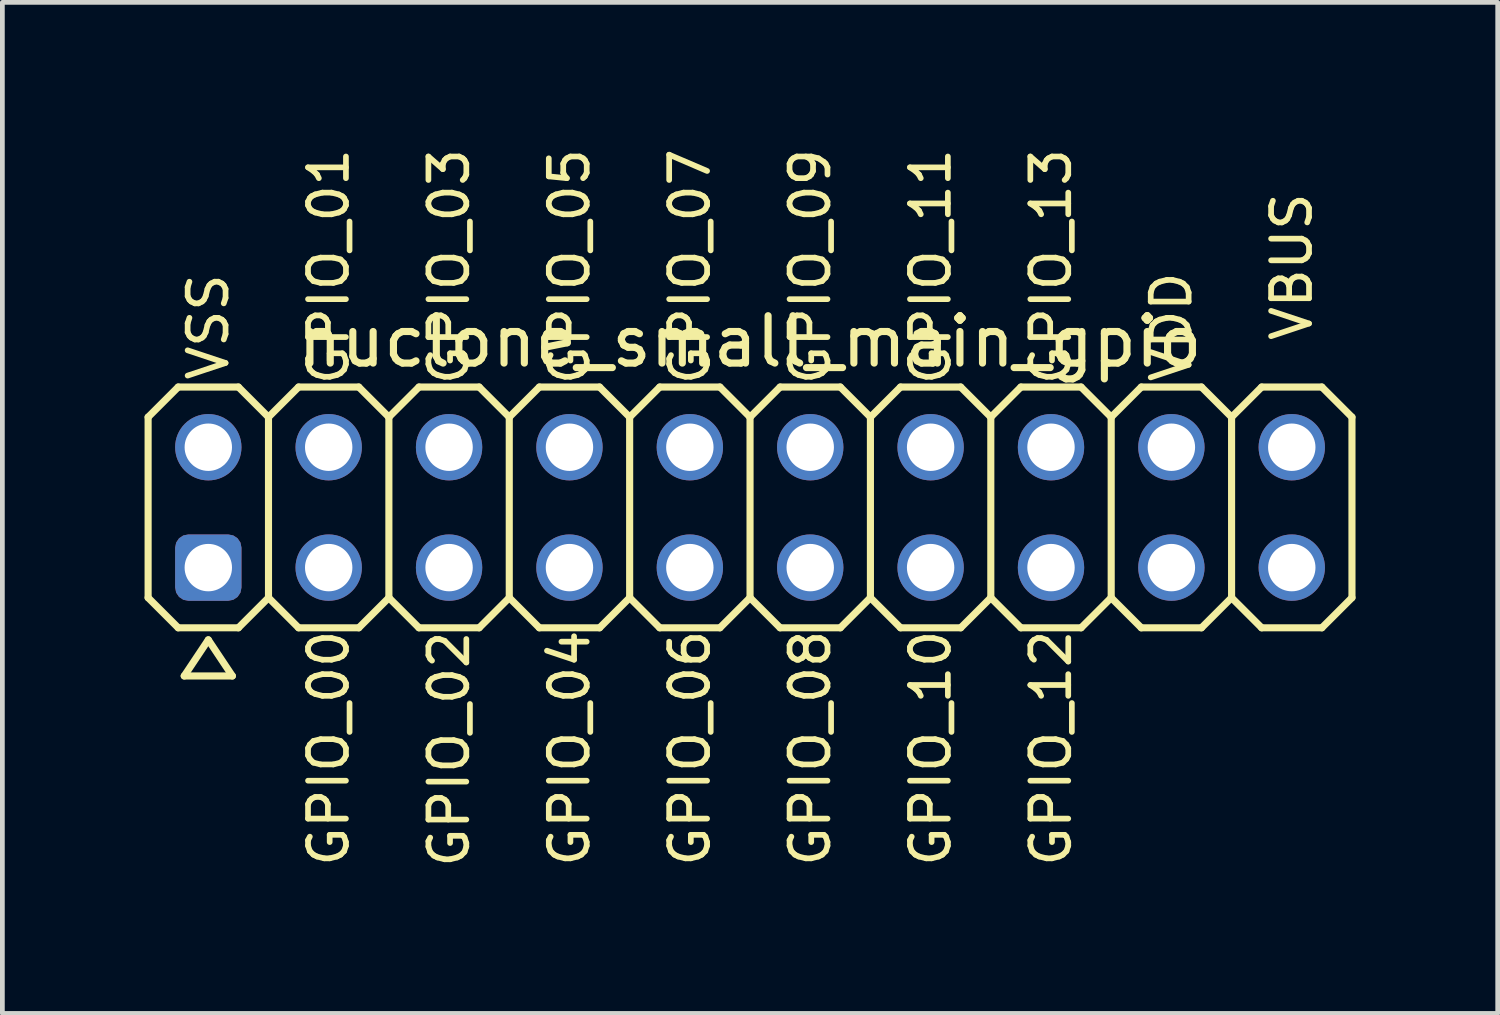
<source format=kicad_pcb>
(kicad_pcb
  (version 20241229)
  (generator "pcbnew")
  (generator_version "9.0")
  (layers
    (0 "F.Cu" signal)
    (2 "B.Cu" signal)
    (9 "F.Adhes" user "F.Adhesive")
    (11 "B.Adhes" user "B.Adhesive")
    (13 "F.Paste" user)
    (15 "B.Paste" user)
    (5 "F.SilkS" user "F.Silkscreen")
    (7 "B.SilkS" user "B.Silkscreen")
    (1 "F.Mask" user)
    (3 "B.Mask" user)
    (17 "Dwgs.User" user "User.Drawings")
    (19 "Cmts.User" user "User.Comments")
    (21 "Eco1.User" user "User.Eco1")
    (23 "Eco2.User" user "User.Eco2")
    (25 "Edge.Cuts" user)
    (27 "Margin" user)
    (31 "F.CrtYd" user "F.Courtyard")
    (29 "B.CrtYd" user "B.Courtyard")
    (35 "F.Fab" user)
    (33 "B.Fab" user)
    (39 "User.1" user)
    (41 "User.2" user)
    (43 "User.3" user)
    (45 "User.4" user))
  (footprint "nuclone_small_main_gpio"
    (layer "F.Cu")
    (at 12.775 7.656)
    (property "Reference" "nuclone_small_main_gpio" (at 0 -3.5 0) (layer "F.SilkS") (effects (font (size 1 1) (thickness 0.15))))
    (attr exclude_from_pos_files exclude_from_bom)
    (fp_line (start -12.7 -1.905) (end -12.065 -2.54) (stroke (width 0.15) (type solid)) (layer "F.SilkS"))
    (fp_line (start -12.7 1.905) (end -12.7 -1.905) (stroke (width 0.15) (type solid)) (layer "F.SilkS"))
    (fp_line (start -12.7 1.905) (end -12.065 2.54) (stroke (width 0.15) (type solid)) (layer "F.SilkS"))
    (fp_line (start -12.065 -2.54) (end -10.795 -2.54) (stroke (width 0.15) (type solid)) (layer "F.SilkS"))
    (fp_line (start -12.065 2.54) (end -10.795 2.54) (stroke (width 0.15) (type solid)) (layer "F.SilkS"))
    (fp_line (start -11.938 3.556) (end -10.922 3.556) (stroke (width 0.15) (type solid)) (layer "F.SilkS"))
    (fp_line (start -11.43 2.794) (end -11.938 3.556) (stroke (width 0.15) (type solid)) (layer "F.SilkS"))
    (fp_line (start -10.922 3.556) (end -11.43 2.794) (stroke (width 0.15) (type solid)) (layer "F.SilkS"))
    (fp_line (start -10.795 -2.54) (end -10.16 -1.905) (stroke (width 0.15) (type solid)) (layer "F.SilkS"))
    (fp_line (start -10.795 2.54) (end -10.16 1.905) (stroke (width 0.15) (type solid)) (layer "F.SilkS"))
    (fp_line (start -10.16 -1.905) (end -10.16 1.905) (stroke (width 0.15) (type solid)) (layer "F.SilkS"))
    (fp_line (start -10.16 -1.905) (end -9.525 -2.54) (stroke (width 0.15) (type solid)) (layer "F.SilkS"))
    (fp_line (start -10.16 1.905) (end -9.525 2.54) (stroke (width 0.15) (type solid)) (layer "F.SilkS"))
    (fp_line (start -9.525 -2.54) (end -8.255 -2.54) (stroke (width 0.15) (type solid)) (layer "F.SilkS"))
    (fp_line (start -9.525 2.54) (end -8.255 2.54) (stroke (width 0.15) (type solid)) (layer "F.SilkS"))
    (fp_line (start -8.255 -2.54) (end -7.62 -1.905) (stroke (width 0.15) (type solid)) (layer "F.SilkS"))
    (fp_line (start -8.255 2.54) (end -7.62 1.905) (stroke (width 0.15) (type solid)) (layer "F.SilkS"))
    (fp_line (start -7.62 -1.905) (end -7.62 1.905) (stroke (width 0.15) (type solid)) (layer "F.SilkS"))
    (fp_line (start -7.62 -1.905) (end -6.985 -2.54) (stroke (width 0.15) (type solid)) (layer "F.SilkS"))
    (fp_line (start -7.62 1.905) (end -6.985 2.54) (stroke (width 0.15) (type solid)) (layer "F.SilkS"))
    (fp_line (start -6.985 -2.54) (end -5.715 -2.54) (stroke (width 0.15) (type solid)) (layer "F.SilkS"))
    (fp_line (start -6.985 2.54) (end -5.715 2.54) (stroke (width 0.15) (type solid)) (layer "F.SilkS"))
    (fp_line (start -5.715 -2.54) (end -5.08 -1.905) (stroke (width 0.15) (type solid)) (layer "F.SilkS"))
    (fp_line (start -5.715 2.54) (end -5.08 1.905) (stroke (width 0.15) (type solid)) (layer "F.SilkS"))
    (fp_line (start -5.08 -1.905) (end -5.08 1.905) (stroke (width 0.15) (type solid)) (layer "F.SilkS"))
    (fp_line (start -5.08 -1.905) (end -4.445 -2.54) (stroke (width 0.15) (type solid)) (layer "F.SilkS"))
    (fp_line (start -5.08 1.905) (end -4.445 2.54) (stroke (width 0.15) (type solid)) (layer "F.SilkS"))
    (fp_line (start -4.445 -2.54) (end -3.175 -2.54) (stroke (width 0.15) (type solid)) (layer "F.SilkS"))
    (fp_line (start -4.445 2.54) (end -3.175 2.54) (stroke (width 0.15) (type solid)) (layer "F.SilkS"))
    (fp_line (start -3.175 -2.54) (end -2.54 -1.905) (stroke (width 0.15) (type solid)) (layer "F.SilkS"))
    (fp_line (start -3.175 2.54) (end -2.54 1.905) (stroke (width 0.15) (type solid)) (layer "F.SilkS"))
    (fp_line (start -2.54 -1.905) (end -2.54 1.905) (stroke (width 0.15) (type solid)) (layer "F.SilkS"))
    (fp_line (start -2.54 -1.905) (end -1.905 -2.54) (stroke (width 0.15) (type solid)) (layer "F.SilkS"))
    (fp_line (start -2.54 1.905) (end -1.905 2.54) (stroke (width 0.15) (type solid)) (layer "F.SilkS"))
    (fp_line (start -1.905 -2.54) (end -0.635 -2.54) (stroke (width 0.15) (type solid)) (layer "F.SilkS"))
    (fp_line (start -1.905 2.54) (end -0.635 2.54) (stroke (width 0.15) (type solid)) (layer "F.SilkS"))
    (fp_line (start -0.635 -2.54) (end 0 -1.905) (stroke (width 0.15) (type solid)) (layer "F.SilkS"))
    (fp_line (start -0.635 2.54) (end 0 1.905) (stroke (width 0.15) (type solid)) (layer "F.SilkS"))
    (fp_line (start 0 -1.905) (end 0 1.905) (stroke (width 0.15) (type solid)) (layer "F.SilkS"))
    (fp_line (start 0 -1.905) (end 0.635 -2.54) (stroke (width 0.15) (type solid)) (layer "F.SilkS"))
    (fp_line (start 0 1.905) (end 0.635 2.54) (stroke (width 0.15) (type solid)) (layer "F.SilkS"))
    (fp_line (start 0.635 -2.54) (end 1.905 -2.54) (stroke (width 0.15) (type solid)) (layer "F.SilkS"))
    (fp_line (start 0.635 2.54) (end 1.905 2.54) (stroke (width 0.15) (type solid)) (layer "F.SilkS"))
    (fp_line (start 1.905 -2.54) (end 2.54 -1.905) (stroke (width 0.15) (type solid)) (layer "F.SilkS"))
    (fp_line (start 1.905 2.54) (end 2.54 1.905) (stroke (width 0.15) (type solid)) (layer "F.SilkS"))
    (fp_line (start 2.54 -1.905) (end 2.54 1.905) (stroke (width 0.15) (type solid)) (layer "F.SilkS"))
    (fp_line (start 2.54 -1.905) (end 3.175 -2.54) (stroke (width 0.15) (type solid)) (layer "F.SilkS"))
    (fp_line (start 2.54 1.905) (end 3.175 2.54) (stroke (width 0.15) (type solid)) (layer "F.SilkS"))
    (fp_line (start 3.175 -2.54) (end 4.445 -2.54) (stroke (width 0.15) (type solid)) (layer "F.SilkS"))
    (fp_line (start 3.175 2.54) (end 4.445 2.54) (stroke (width 0.15) (type solid)) (layer "F.SilkS"))
    (fp_line (start 4.445 -2.54) (end 5.08 -1.905) (stroke (width 0.15) (type solid)) (layer "F.SilkS"))
    (fp_line (start 5.08 -1.905) (end 5.08 1.905) (stroke (width 0.15) (type solid)) (layer "F.SilkS"))
    (fp_line (start 5.08 -1.905) (end 5.715 -2.54) (stroke (width 0.15) (type solid)) (layer "F.SilkS"))
    (fp_line (start 5.08 1.905) (end 4.445 2.54) (stroke (width 0.15) (type solid)) (layer "F.SilkS"))
    (fp_line (start 5.08 1.905) (end 5.715 2.54) (stroke (width 0.15) (type solid)) (layer "F.SilkS"))
    (fp_line (start 5.715 -2.54) (end 6.985 -2.54) (stroke (width 0.15) (type solid)) (layer "F.SilkS"))
    (fp_line (start 5.715 2.54) (end 6.985 2.54) (stroke (width 0.15) (type solid)) (layer "F.SilkS"))
    (fp_line (start 6.985 -2.54) (end 7.62 -1.905) (stroke (width 0.15) (type solid)) (layer "F.SilkS"))
    (fp_line (start 7.62 -1.905) (end 7.62 1.905) (stroke (width 0.15) (type solid)) (layer "F.SilkS"))
    (fp_line (start 7.62 -1.905) (end 8.255 -2.54) (stroke (width 0.15) (type solid)) (layer "F.SilkS"))
    (fp_line (start 7.62 1.905) (end 6.985 2.54) (stroke (width 0.15) (type solid)) (layer "F.SilkS"))
    (fp_line (start 7.62 1.905) (end 8.255 2.54) (stroke (width 0.15) (type solid)) (layer "F.SilkS"))
    (fp_line (start 8.255 -2.54) (end 9.525 -2.54) (stroke (width 0.15) (type solid)) (layer "F.SilkS"))
    (fp_line (start 8.255 2.54) (end 9.525 2.54) (stroke (width 0.15) (type solid)) (layer "F.SilkS"))
    (fp_line (start 9.525 -2.54) (end 10.16 -1.905) (stroke (width 0.15) (type solid)) (layer "F.SilkS"))
    (fp_line (start 10.16 -1.905) (end 10.16 1.905) (stroke (width 0.15) (type solid)) (layer "F.SilkS"))
    (fp_line (start 10.16 -1.905) (end 10.795 -2.54) (stroke (width 0.15) (type solid)) (layer "F.SilkS"))
    (fp_line (start 10.16 1.905) (end 9.525 2.54) (stroke (width 0.15) (type solid)) (layer "F.SilkS"))
    (fp_line (start 10.16 1.905) (end 10.795 2.54) (stroke (width 0.15) (type solid)) (layer "F.SilkS"))
    (fp_line (start 10.795 -2.54) (end 12.065 -2.54) (stroke (width 0.15) (type solid)) (layer "F.SilkS"))
    (fp_line (start 10.795 2.54) (end 12.065 2.54) (stroke (width 0.15) (type solid)) (layer "F.SilkS"))
    (fp_line (start 12.065 -2.54) (end 12.7 -1.905) (stroke (width 0.15) (type solid)) (layer "F.SilkS"))
    (fp_line (start 12.7 -1.905) (end 12.7 1.905) (stroke (width 0.15) (type solid)) (layer "F.SilkS"))
    (fp_line (start 12.7 1.905) (end 12.065 2.54) (stroke (width 0.15) (type solid)) (layer "F.SilkS"))
    (fp_text user "GPIO_03" (at -6.35 -5.08 90) (layer "F.SilkS") (effects (font (size 0.8 0.8) (thickness 0.12))))
    (fp_text user "GPIO_09" (at 1.27 -5.08 90) (layer "F.SilkS") (effects (font (size 0.8 0.8) (thickness 0.12))))
    (fp_text user "VSS" (at -11.43 -3.81 90) (layer "F.SilkS") (effects (font (size 0.8 0.8) (thickness 0.12))))
    (fp_text user "VDD" (at 8.89 -3.81 90) (layer "F.SilkS") (effects (font (size 0.8 0.8) (thickness 0.12))))
    (fp_text user "GPIO_04" (at -3.81 5.08 90) (layer "F.SilkS") (effects (font (size 0.8 0.8) (thickness 0.12))))
    (fp_text user "GPIO_12" (at 6.35 5.08 90) (layer "F.SilkS") (effects (font (size 0.8 0.8) (thickness 0.12))))
    (fp_text user "VBUS" (at 11.43 -5.08 90) (layer "F.SilkS") (effects (font (size 0.8 0.8) (thickness 0.12))))
    (fp_text user "GPIO_10" (at 3.81 5.08 90) (layer "F.SilkS") (effects (font (size 0.8 0.8) (thickness 0.12))))
    (fp_text user "GPIO_02" (at -6.35 5.1 90) (layer "F.SilkS") (effects (font (size 0.8 0.8) (thickness 0.12))))
    (fp_text user "GPIO_00" (at -8.89 5.08 90) (layer "F.SilkS") (effects (font (size 0.8 0.8) (thickness 0.12))))
    (fp_text user "GPIO_05" (at -3.81 -5.08 90) (layer "F.SilkS") (effects (font (size 0.8 0.8) (thickness 0.12))))
    (fp_text user "GPIO_08" (at 1.27 5.08 90) (layer "F.SilkS") (effects (font (size 0.8 0.8) (thickness 0.12))))
    (fp_text user "GPIO_11" (at 3.81 -5.08 90) (layer "F.SilkS") (effects (font (size 0.8 0.8) (thickness 0.12))))
    (fp_text user "GPIO_07" (at -1.27 -5.08 90) (layer "F.SilkS") (effects (font (size 0.8 0.8) (thickness 0.12))))
    (fp_text user "GPIO_06" (at -1.27 5.08 90) (layer "F.SilkS") (effects (font (size 0.8 0.8) (thickness 0.12))))
    (fp_text user "GPIO_13" (at 6.35 -5.08 270) (layer "F.SilkS") (effects (font (size 0.8 0.8) (thickness 0.12))))
    (fp_text user "GPIO_01" (at -8.89 -5.08 90) (layer "F.SilkS") (effects (font (size 0.8 0.8) (thickness 0.12))))
    (pad "1" thru_hole roundrect (at -11.43 1.27) (size 1.4 1.4) (drill 1) (layers "*.Cu" "*.Mask") (roundrect_rratio 0.2))
    (pad "2" thru_hole circle (at -11.43 -1.27) (size 1.4 1.4) (drill 1) (layers "*.Cu" "*.Mask"))
    (pad "3" thru_hole circle (at -8.89 1.27) (size 1.4 1.4) (drill 1) (layers "*.Cu" "*.Mask"))
    (pad "4" thru_hole circle (at -8.89 -1.27) (size 1.4 1.4) (drill 1) (layers "*.Cu" "*.Mask"))
    (pad "5" thru_hole circle (at -6.35 1.27) (size 1.4 1.4) (drill 1) (layers "*.Cu" "*.Mask"))
    (pad "6" thru_hole circle (at -6.35 -1.27) (size 1.4 1.4) (drill 1) (layers "*.Cu" "*.Mask"))
    (pad "7" thru_hole circle (at -3.81 1.27) (size 1.4 1.4) (drill 1) (layers "*.Cu" "*.Mask"))
    (pad "8" thru_hole circle (at -3.81 -1.27) (size 1.4 1.4) (drill 1) (layers "*.Cu" "*.Mask"))
    (pad "9" thru_hole circle (at -1.27 1.27) (size 1.4 1.4) (drill 1) (layers "*.Cu" "*.Mask"))
    (pad "10" thru_hole circle (at -1.27 -1.27) (size 1.4 1.4) (drill 1) (layers "*.Cu" "*.Mask"))
    (pad "11" thru_hole circle (at 1.27 1.27) (size 1.4 1.4) (drill 1) (layers "*.Cu" "*.Mask"))
    (pad "12" thru_hole circle (at 1.27 -1.27) (size 1.4 1.4) (drill 1) (layers "*.Cu" "*.Mask"))
    (pad "13" thru_hole circle (at 3.81 1.27) (size 1.4 1.4) (drill 1) (layers "*.Cu" "*.Mask"))
    (pad "14" thru_hole circle (at 3.81 -1.27) (size 1.4 1.4) (drill 1) (layers "*.Cu" "*.Mask"))
    (pad "15" thru_hole circle (at 6.35 1.27) (size 1.4 1.4) (drill 1) (layers "*.Cu" "*.Mask"))
    (pad "16" thru_hole circle (at 6.35 -1.27) (size 1.4 1.4) (drill 1) (layers "*.Cu" "*.Mask"))
    (pad "17" thru_hole circle (at 8.89 1.27) (size 1.4 1.4) (drill 1) (layers "*.Cu" "*.Mask"))
    (pad "18" thru_hole circle (at 8.89 -1.27) (size 1.4 1.4) (drill 1) (layers "*.Cu" "*.Mask"))
    (pad "19" thru_hole circle (at 11.43 1.27) (size 1.4 1.4) (drill 1) (layers "*.Cu" "*.Mask"))
    (pad "20" thru_hole circle (at 11.43 -1.27) (size 1.4 1.4) (drill 1) (layers "*.Cu" "*.Mask")))
  (gr_rect
    (start -3 -3)
    (end 28.55 18.332)
    (stroke (width 0.1) (type default))
    (fill no)
    (layer "Edge.Cuts")))
</source>
